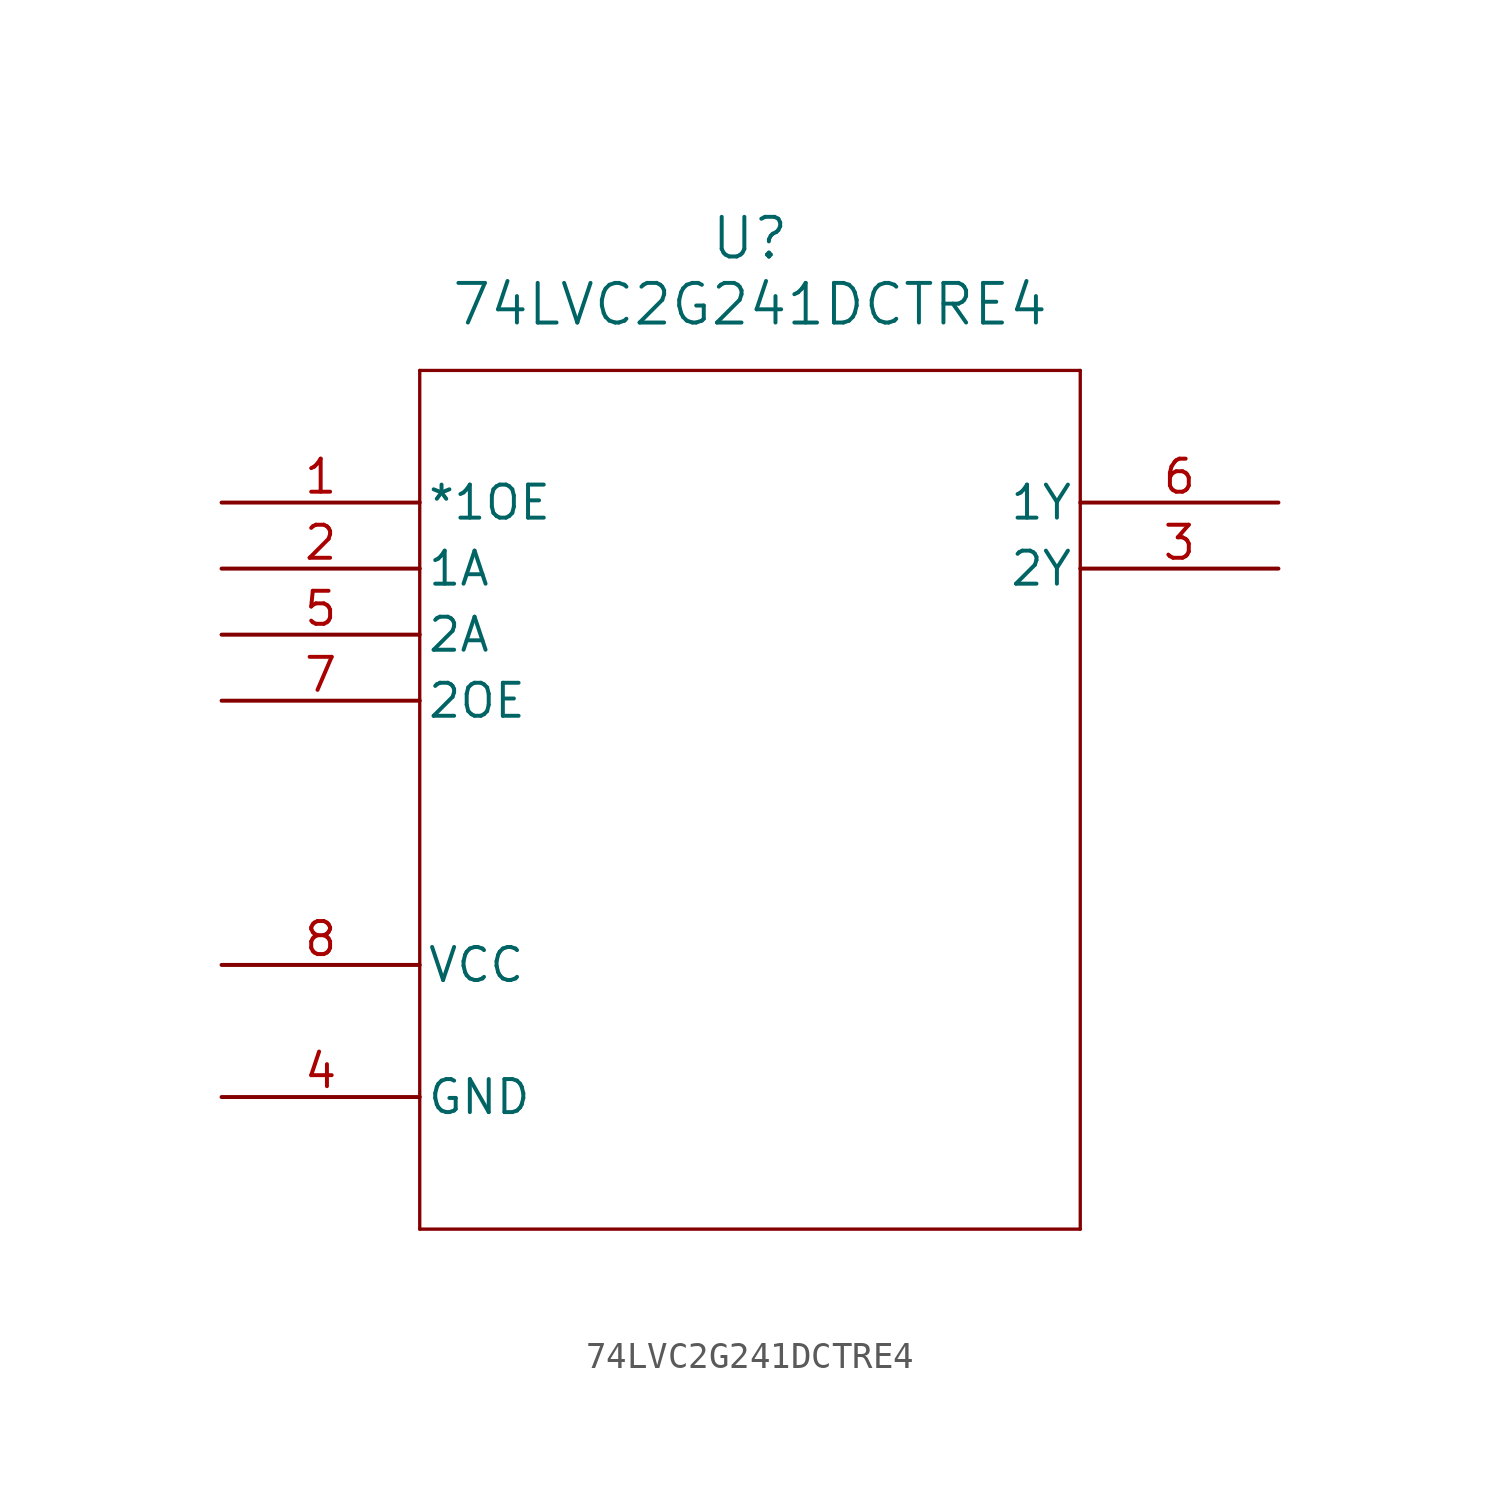
<source format=kicad_sym>
(kicad_symbol_lib
  (version 20211014)
  (generator kicad_symbol_editor)
  (symbol "74LVC2G241DCTRE4"
    (pin_names
      (offset 0.254))
    (property "Reference" "U"
      (at 20.32 10.16 0)
      (effects (font (size 1.524 1.524))))
    (property "Value" "74LVC2G241DCTRE4"
      (at 20.32 7.62 0)
      (effects (font (size 1.524 1.524))))
    (symbol "74LVC2G241DCTRE4_0_1"
      (polyline (pts (xy 7.62 5.08) (xy 7.62 -27.94)) (stroke (width 0.127) (type default) (color 0 0 0 0)) (fill (type none)))
      (polyline (pts (xy 7.62 -27.94) (xy 33.02 -27.94)) (stroke (width 0.127) (type default) (color 0 0 0 0)) (fill (type none)))
      (polyline (pts (xy 33.02 -27.94) (xy 33.02 5.08)) (stroke (width 0.127) (type default) (color 0 0 0 0)) (fill (type none)))
      (polyline (pts (xy 33.02 5.08) (xy 7.62 5.08)) (stroke (width 0.127) (type default) (color 0 0 0 0)) (fill (type none)))
      (pin input line (at 0 0 0) (length 7.62) (name "*1OE" (effects (font (size 1.27 1.27)))) (number "1" (effects (font (size 1.27 1.27)))))
      (pin input line (at 0 -2.54 0) (length 7.62) (name "1A" (effects (font (size 1.27 1.27)))) (number "2" (effects (font (size 1.27 1.27)))))
      (pin output line (at 40.64 -2.54 180) (length 7.62) (name "2Y" (effects (font (size 1.27 1.27)))) (number "3" (effects (font (size 1.27 1.27)))))
      (pin power_in line (at 0 -22.86 0) (length 7.62) (name "GND" (effects (font (size 1.27 1.27)))) (number "4" (effects (font (size 1.27 1.27)))))
      (pin input line (at 0 -5.08 0) (length 7.62) (name "2A" (effects (font (size 1.27 1.27)))) (number "5" (effects (font (size 1.27 1.27)))))
      (pin output line (at 40.64 0 180) (length 7.62) (name "1Y" (effects (font (size 1.27 1.27)))) (number "6" (effects (font (size 1.27 1.27)))))
      (pin input line (at 0 -7.62 0) (length 7.62) (name "2OE" (effects (font (size 1.27 1.27)))) (number "7" (effects (font (size 1.27 1.27)))))
      (pin power_in line (at 0 -17.78 0) (length 7.62) (name "VCC" (effects (font (size 1.27 1.27)))) (number "8" (effects (font (size 1.27 1.27))))))))
</source>
